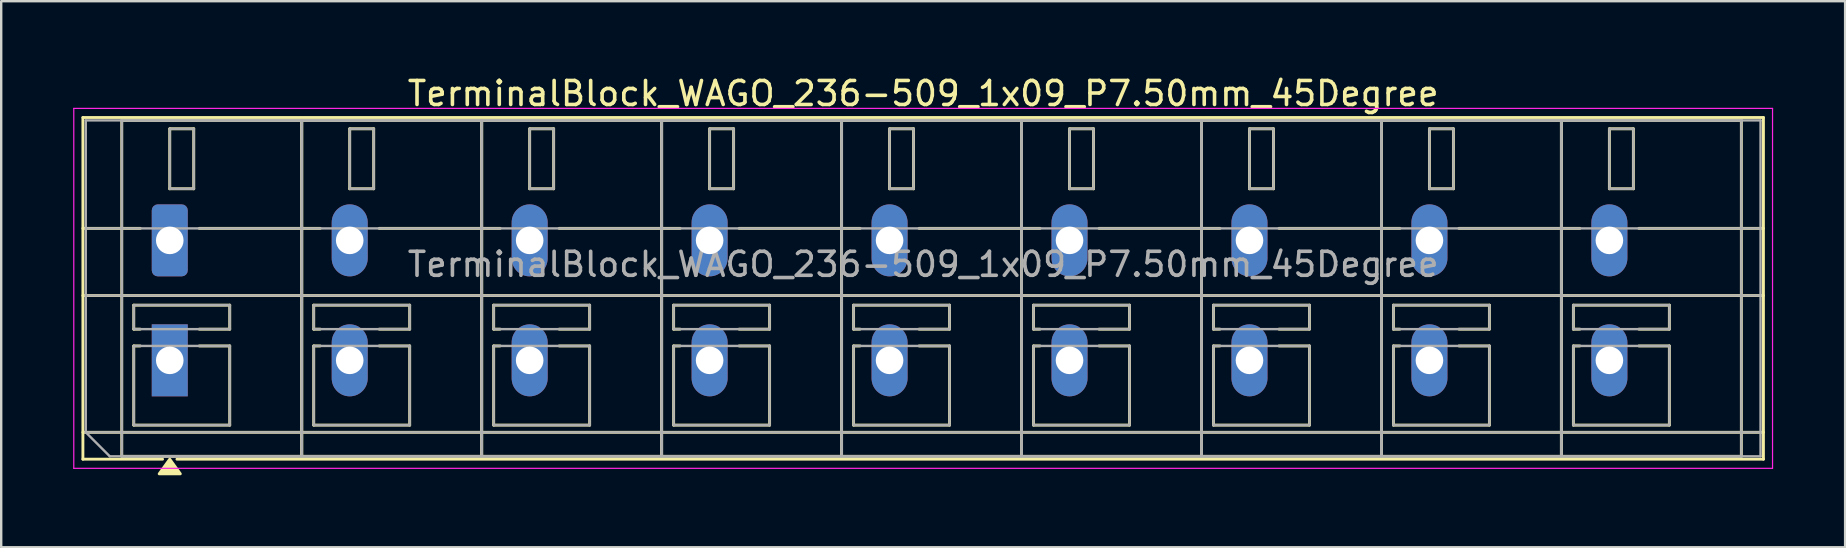
<source format=kicad_pcb>
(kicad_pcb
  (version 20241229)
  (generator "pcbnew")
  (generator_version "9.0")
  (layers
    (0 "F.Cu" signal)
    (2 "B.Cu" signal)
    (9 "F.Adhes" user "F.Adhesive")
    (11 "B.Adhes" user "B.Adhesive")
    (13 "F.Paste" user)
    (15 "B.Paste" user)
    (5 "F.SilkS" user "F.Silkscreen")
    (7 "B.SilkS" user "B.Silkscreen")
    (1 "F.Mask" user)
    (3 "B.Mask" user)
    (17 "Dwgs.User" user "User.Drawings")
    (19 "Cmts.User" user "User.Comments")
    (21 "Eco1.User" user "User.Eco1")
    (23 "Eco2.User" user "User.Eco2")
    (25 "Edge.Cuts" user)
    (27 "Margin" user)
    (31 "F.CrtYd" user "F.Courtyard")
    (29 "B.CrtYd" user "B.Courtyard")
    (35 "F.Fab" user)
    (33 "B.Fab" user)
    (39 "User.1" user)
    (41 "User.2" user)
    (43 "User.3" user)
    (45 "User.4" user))
  (footprint "TerminalBlock_WAGO_236-509_1x09_P7.50mm_45Degree"
    (layer "F.Cu")
    (at 4.025 6.968)
    (property "Reference" "TerminalBlock_WAGO_236-509_1x09_P7.50mm_45Degree" (at 31.4 -6.12 0) (layer "F.SilkS") (effects (font (size 1 1) (thickness 0.15))))
    (attr through_hole)
    (fp_line (start -3.62 -5.12) (end 66.42 -5.12) (stroke (width 0.12) (type solid)) (layer "F.SilkS"))
    (fp_line (start -3.62 -0.5) (end -1.23 -0.5) (stroke (width 0.12) (type solid)) (layer "F.SilkS"))
    (fp_line (start -3.62 2.3) (end 66.42 2.3) (stroke (width 0.12) (type solid)) (layer "F.SilkS"))
    (fp_line (start -3.62 8) (end 66.42 8) (stroke (width 0.12) (type solid)) (layer "F.SilkS"))
    (fp_line (start -3.62 9.12) (end -3.62 -5.12) (stroke (width 0.12) (type solid)) (layer "F.SilkS"))
    (fp_line (start -2 -5) (end 5.5 -5) (stroke (width 0.12) (type solid)) (layer "F.SilkS"))
    (fp_line (start -2 9) (end -2 -5) (stroke (width 0.12) (type solid)) (layer "F.SilkS"))
    (fp_line (start -1.5 2.7) (end 2.5 2.7) (stroke (width 0.12) (type solid)) (layer "F.SilkS"))
    (fp_line (start -1.5 3.7) (end -1.5 2.7) (stroke (width 0.12) (type solid)) (layer "F.SilkS"))
    (fp_line (start -1.5 4.4) (end -1.23 4.4) (stroke (width 0.12) (type solid)) (layer "F.SilkS"))
    (fp_line (start -1.5 7.7) (end -1.5 4.4) (stroke (width 0.12) (type solid)) (layer "F.SilkS"))
    (fp_line (start -1.23 3.7) (end -1.5 3.7) (stroke (width 0.12) (type solid)) (layer "F.SilkS"))
    (fp_line (start -0.3 9.12) (end -3.62 9.12) (stroke (width 0.12) (type solid)) (layer "F.SilkS"))
    (fp_line (start 0 -4.65) (end 1 -4.65) (stroke (width 0.12) (type solid)) (layer "F.SilkS"))
    (fp_line (start 0 -2.15) (end 0 -4.65) (stroke (width 0.12) (type solid)) (layer "F.SilkS"))
    (fp_line (start 1 -4.65) (end 1 -2.15) (stroke (width 0.12) (type solid)) (layer "F.SilkS"))
    (fp_line (start 1 -2.15) (end 0 -2.15) (stroke (width 0.12) (type solid)) (layer "F.SilkS"))
    (fp_line (start 1.23 -0.5) (end 6.27 -0.5) (stroke (width 0.12) (type solid)) (layer "F.SilkS"))
    (fp_line (start 1.23 4.4) (end 2.5 4.4) (stroke (width 0.12) (type solid)) (layer "F.SilkS"))
    (fp_line (start 2.5 2.7) (end 2.5 3.7) (stroke (width 0.12) (type solid)) (layer "F.SilkS"))
    (fp_line (start 2.5 3.7) (end 1.23 3.7) (stroke (width 0.12) (type solid)) (layer "F.SilkS"))
    (fp_line (start 2.5 4.4) (end 2.5 7.7) (stroke (width 0.12) (type solid)) (layer "F.SilkS"))
    (fp_line (start 2.5 7.7) (end -1.5 7.7) (stroke (width 0.12) (type solid)) (layer "F.SilkS"))
    (fp_line (start 5.5 -5) (end 5.5 9) (stroke (width 0.12) (type solid)) (layer "F.SilkS"))
    (fp_line (start 5.5 -5) (end 13 -5) (stroke (width 0.12) (type solid)) (layer "F.SilkS"))
    (fp_line (start 5.5 9) (end -2 9) (stroke (width 0.12) (type solid)) (layer "F.SilkS"))
    (fp_line (start 5.5 9) (end 5.5 -5) (stroke (width 0.12) (type solid)) (layer "F.SilkS"))
    (fp_line (start 6 2.7) (end 10 2.7) (stroke (width 0.12) (type solid)) (layer "F.SilkS"))
    (fp_line (start 6 3.7) (end 6 2.7) (stroke (width 0.12) (type solid)) (layer "F.SilkS"))
    (fp_line (start 6 4.4) (end 6.27 4.4) (stroke (width 0.12) (type solid)) (layer "F.SilkS"))
    (fp_line (start 6 7.7) (end 6 4.4) (stroke (width 0.12) (type solid)) (layer "F.SilkS"))
    (fp_line (start 6.27 3.7) (end 6 3.7) (stroke (width 0.12) (type solid)) (layer "F.SilkS"))
    (fp_line (start 7.5 -4.65) (end 8.5 -4.65) (stroke (width 0.12) (type solid)) (layer "F.SilkS"))
    (fp_line (start 7.5 -2.15) (end 7.5 -4.65) (stroke (width 0.12) (type solid)) (layer "F.SilkS"))
    (fp_line (start 8.5 -4.65) (end 8.5 -2.15) (stroke (width 0.12) (type solid)) (layer "F.SilkS"))
    (fp_line (start 8.5 -2.15) (end 7.5 -2.15) (stroke (width 0.12) (type solid)) (layer "F.SilkS"))
    (fp_line (start 8.73 -0.5) (end 13.77 -0.5) (stroke (width 0.12) (type solid)) (layer "F.SilkS"))
    (fp_line (start 8.73 4.4) (end 10 4.4) (stroke (width 0.12) (type solid)) (layer "F.SilkS"))
    (fp_line (start 10 2.7) (end 10 3.7) (stroke (width 0.12) (type solid)) (layer "F.SilkS"))
    (fp_line (start 10 3.7) (end 8.73 3.7) (stroke (width 0.12) (type solid)) (layer "F.SilkS"))
    (fp_line (start 10 4.4) (end 10 7.7) (stroke (width 0.12) (type solid)) (layer "F.SilkS"))
    (fp_line (start 10 7.7) (end 6 7.7) (stroke (width 0.12) (type solid)) (layer "F.SilkS"))
    (fp_line (start 13 -5) (end 13 9) (stroke (width 0.12) (type solid)) (layer "F.SilkS"))
    (fp_line (start 13 -5) (end 20.5 -5) (stroke (width 0.12) (type solid)) (layer "F.SilkS"))
    (fp_line (start 13 9) (end 5.5 9) (stroke (width 0.12) (type solid)) (layer "F.SilkS"))
    (fp_line (start 13 9) (end 13 -5) (stroke (width 0.12) (type solid)) (layer "F.SilkS"))
    (fp_line (start 13.5 2.7) (end 17.5 2.7) (stroke (width 0.12) (type solid)) (layer "F.SilkS"))
    (fp_line (start 13.5 3.7) (end 13.5 2.7) (stroke (width 0.12) (type solid)) (layer "F.SilkS"))
    (fp_line (start 13.5 4.4) (end 13.77 4.4) (stroke (width 0.12) (type solid)) (layer "F.SilkS"))
    (fp_line (start 13.5 7.7) (end 13.5 4.4) (stroke (width 0.12) (type solid)) (layer "F.SilkS"))
    (fp_line (start 13.77 3.7) (end 13.5 3.7) (stroke (width 0.12) (type solid)) (layer "F.SilkS"))
    (fp_line (start 15 -4.65) (end 16 -4.65) (stroke (width 0.12) (type solid)) (layer "F.SilkS"))
    (fp_line (start 15 -2.15) (end 15 -4.65) (stroke (width 0.12) (type solid)) (layer "F.SilkS"))
    (fp_line (start 16 -4.65) (end 16 -2.15) (stroke (width 0.12) (type solid)) (layer "F.SilkS"))
    (fp_line (start 16 -2.15) (end 15 -2.15) (stroke (width 0.12) (type solid)) (layer "F.SilkS"))
    (fp_line (start 16.23 -0.5) (end 21.27 -0.5) (stroke (width 0.12) (type solid)) (layer "F.SilkS"))
    (fp_line (start 16.23 4.4) (end 17.5 4.4) (stroke (width 0.12) (type solid)) (layer "F.SilkS"))
    (fp_line (start 17.5 2.7) (end 17.5 3.7) (stroke (width 0.12) (type solid)) (layer "F.SilkS"))
    (fp_line (start 17.5 3.7) (end 16.23 3.7) (stroke (width 0.12) (type solid)) (layer "F.SilkS"))
    (fp_line (start 17.5 4.4) (end 17.5 7.7) (stroke (width 0.12) (type solid)) (layer "F.SilkS"))
    (fp_line (start 17.5 7.7) (end 13.5 7.7) (stroke (width 0.12) (type solid)) (layer "F.SilkS"))
    (fp_line (start 20.5 -5) (end 20.5 9) (stroke (width 0.12) (type solid)) (layer "F.SilkS"))
    (fp_line (start 20.5 -5) (end 28 -5) (stroke (width 0.12) (type solid)) (layer "F.SilkS"))
    (fp_line (start 20.5 9) (end 13 9) (stroke (width 0.12) (type solid)) (layer "F.SilkS"))
    (fp_line (start 20.5 9) (end 20.5 -5) (stroke (width 0.12) (type solid)) (layer "F.SilkS"))
    (fp_line (start 21 2.7) (end 25 2.7) (stroke (width 0.12) (type solid)) (layer "F.SilkS"))
    (fp_line (start 21 3.7) (end 21 2.7) (stroke (width 0.12) (type solid)) (layer "F.SilkS"))
    (fp_line (start 21 4.4) (end 21.27 4.4) (stroke (width 0.12) (type solid)) (layer "F.SilkS"))
    (fp_line (start 21 7.7) (end 21 4.4) (stroke (width 0.12) (type solid)) (layer "F.SilkS"))
    (fp_line (start 21.27 3.7) (end 21 3.7) (stroke (width 0.12) (type solid)) (layer "F.SilkS"))
    (fp_line (start 22.5 -4.65) (end 23.5 -4.65) (stroke (width 0.12) (type solid)) (layer "F.SilkS"))
    (fp_line (start 22.5 -2.15) (end 22.5 -4.65) (stroke (width 0.12) (type solid)) (layer "F.SilkS"))
    (fp_line (start 23.5 -4.65) (end 23.5 -2.15) (stroke (width 0.12) (type solid)) (layer "F.SilkS"))
    (fp_line (start 23.5 -2.15) (end 22.5 -2.15) (stroke (width 0.12) (type solid)) (layer "F.SilkS"))
    (fp_line (start 23.73 -0.5) (end 28.77 -0.5) (stroke (width 0.12) (type solid)) (layer "F.SilkS"))
    (fp_line (start 23.73 4.4) (end 25 4.4) (stroke (width 0.12) (type solid)) (layer "F.SilkS"))
    (fp_line (start 25 2.7) (end 25 3.7) (stroke (width 0.12) (type solid)) (layer "F.SilkS"))
    (fp_line (start 25 3.7) (end 23.73 3.7) (stroke (width 0.12) (type solid)) (layer "F.SilkS"))
    (fp_line (start 25 4.4) (end 25 7.7) (stroke (width 0.12) (type solid)) (layer "F.SilkS"))
    (fp_line (start 25 7.7) (end 21 7.7) (stroke (width 0.12) (type solid)) (layer "F.SilkS"))
    (fp_line (start 28 -5) (end 28 9) (stroke (width 0.12) (type solid)) (layer "F.SilkS"))
    (fp_line (start 28 -5) (end 35.5 -5) (stroke (width 0.12) (type solid)) (layer "F.SilkS"))
    (fp_line (start 28 9) (end 20.5 9) (stroke (width 0.12) (type solid)) (layer "F.SilkS"))
    (fp_line (start 28 9) (end 28 -5) (stroke (width 0.12) (type solid)) (layer "F.SilkS"))
    (fp_line (start 28.5 2.7) (end 32.5 2.7) (stroke (width 0.12) (type solid)) (layer "F.SilkS"))
    (fp_line (start 28.5 3.7) (end 28.5 2.7) (stroke (width 0.12) (type solid)) (layer "F.SilkS"))
    (fp_line (start 28.5 4.4) (end 28.77 4.4) (stroke (width 0.12) (type solid)) (layer "F.SilkS"))
    (fp_line (start 28.5 7.7) (end 28.5 4.4) (stroke (width 0.12) (type solid)) (layer "F.SilkS"))
    (fp_line (start 28.77 3.7) (end 28.5 3.7) (stroke (width 0.12) (type solid)) (layer "F.SilkS"))
    (fp_line (start 30 -4.65) (end 31 -4.65) (stroke (width 0.12) (type solid)) (layer "F.SilkS"))
    (fp_line (start 30 -2.15) (end 30 -4.65) (stroke (width 0.12) (type solid)) (layer "F.SilkS"))
    (fp_line (start 31 -4.65) (end 31 -2.15) (stroke (width 0.12) (type solid)) (layer "F.SilkS"))
    (fp_line (start 31 -2.15) (end 30 -2.15) (stroke (width 0.12) (type solid)) (layer "F.SilkS"))
    (fp_line (start 31.23 -0.5) (end 36.27 -0.5) (stroke (width 0.12) (type solid)) (layer "F.SilkS"))
    (fp_line (start 31.23 4.4) (end 32.5 4.4) (stroke (width 0.12) (type solid)) (layer "F.SilkS"))
    (fp_line (start 32.5 2.7) (end 32.5 3.7) (stroke (width 0.12) (type solid)) (layer "F.SilkS"))
    (fp_line (start 32.5 3.7) (end 31.23 3.7) (stroke (width 0.12) (type solid)) (layer "F.SilkS"))
    (fp_line (start 32.5 4.4) (end 32.5 7.7) (stroke (width 0.12) (type solid)) (layer "F.SilkS"))
    (fp_line (start 32.5 7.7) (end 28.5 7.7) (stroke (width 0.12) (type solid)) (layer "F.SilkS"))
    (fp_line (start 35.5 -5) (end 35.5 9) (stroke (width 0.12) (type solid)) (layer "F.SilkS"))
    (fp_line (start 35.5 -5) (end 43 -5) (stroke (width 0.12) (type solid)) (layer "F.SilkS"))
    (fp_line (start 35.5 9) (end 28 9) (stroke (width 0.12) (type solid)) (layer "F.SilkS"))
    (fp_line (start 35.5 9) (end 35.5 -5) (stroke (width 0.12) (type solid)) (layer "F.SilkS"))
    (fp_line (start 36 2.7) (end 40 2.7) (stroke (width 0.12) (type solid)) (layer "F.SilkS"))
    (fp_line (start 36 3.7) (end 36 2.7) (stroke (width 0.12) (type solid)) (layer "F.SilkS"))
    (fp_line (start 36 4.4) (end 36.27 4.4) (stroke (width 0.12) (type solid)) (layer "F.SilkS"))
    (fp_line (start 36 7.7) (end 36 4.4) (stroke (width 0.12) (type solid)) (layer "F.SilkS"))
    (fp_line (start 36.27 3.7) (end 36 3.7) (stroke (width 0.12) (type solid)) (layer "F.SilkS"))
    (fp_line (start 37.5 -4.65) (end 38.5 -4.65) (stroke (width 0.12) (type solid)) (layer "F.SilkS"))
    (fp_line (start 37.5 -2.15) (end 37.5 -4.65) (stroke (width 0.12) (type solid)) (layer "F.SilkS"))
    (fp_line (start 38.5 -4.65) (end 38.5 -2.15) (stroke (width 0.12) (type solid)) (layer "F.SilkS"))
    (fp_line (start 38.5 -2.15) (end 37.5 -2.15) (stroke (width 0.12) (type solid)) (layer "F.SilkS"))
    (fp_line (start 38.73 -0.5) (end 43.77 -0.5) (stroke (width 0.12) (type solid)) (layer "F.SilkS"))
    (fp_line (start 38.73 4.4) (end 40 4.4) (stroke (width 0.12) (type solid)) (layer "F.SilkS"))
    (fp_line (start 40 2.7) (end 40 3.7) (stroke (width 0.12) (type solid)) (layer "F.SilkS"))
    (fp_line (start 40 3.7) (end 38.73 3.7) (stroke (width 0.12) (type solid)) (layer "F.SilkS"))
    (fp_line (start 40 4.4) (end 40 7.7) (stroke (width 0.12) (type solid)) (layer "F.SilkS"))
    (fp_line (start 40 7.7) (end 36 7.7) (stroke (width 0.12) (type solid)) (layer "F.SilkS"))
    (fp_line (start 43 -5) (end 43 9) (stroke (width 0.12) (type solid)) (layer "F.SilkS"))
    (fp_line (start 43 -5) (end 50.5 -5) (stroke (width 0.12) (type solid)) (layer "F.SilkS"))
    (fp_line (start 43 9) (end 35.5 9) (stroke (width 0.12) (type solid)) (layer "F.SilkS"))
    (fp_line (start 43 9) (end 43 -5) (stroke (width 0.12) (type solid)) (layer "F.SilkS"))
    (fp_line (start 43.5 2.7) (end 47.5 2.7) (stroke (width 0.12) (type solid)) (layer "F.SilkS"))
    (fp_line (start 43.5 3.7) (end 43.5 2.7) (stroke (width 0.12) (type solid)) (layer "F.SilkS"))
    (fp_line (start 43.5 4.4) (end 43.77 4.4) (stroke (width 0.12) (type solid)) (layer "F.SilkS"))
    (fp_line (start 43.5 7.7) (end 43.5 4.4) (stroke (width 0.12) (type solid)) (layer "F.SilkS"))
    (fp_line (start 43.77 3.7) (end 43.5 3.7) (stroke (width 0.12) (type solid)) (layer "F.SilkS"))
    (fp_line (start 45 -4.65) (end 46 -4.65) (stroke (width 0.12) (type solid)) (layer "F.SilkS"))
    (fp_line (start 45 -2.15) (end 45 -4.65) (stroke (width 0.12) (type solid)) (layer "F.SilkS"))
    (fp_line (start 46 -4.65) (end 46 -2.15) (stroke (width 0.12) (type solid)) (layer "F.SilkS"))
    (fp_line (start 46 -2.15) (end 45 -2.15) (stroke (width 0.12) (type solid)) (layer "F.SilkS"))
    (fp_line (start 46.23 -0.5) (end 51.27 -0.5) (stroke (width 0.12) (type solid)) (layer "F.SilkS"))
    (fp_line (start 46.23 4.4) (end 47.5 4.4) (stroke (width 0.12) (type solid)) (layer "F.SilkS"))
    (fp_line (start 47.5 2.7) (end 47.5 3.7) (stroke (width 0.12) (type solid)) (layer "F.SilkS"))
    (fp_line (start 47.5 3.7) (end 46.23 3.7) (stroke (width 0.12) (type solid)) (layer "F.SilkS"))
    (fp_line (start 47.5 4.4) (end 47.5 7.7) (stroke (width 0.12) (type solid)) (layer "F.SilkS"))
    (fp_line (start 47.5 7.7) (end 43.5 7.7) (stroke (width 0.12) (type solid)) (layer "F.SilkS"))
    (fp_line (start 50.5 -5) (end 50.5 9) (stroke (width 0.12) (type solid)) (layer "F.SilkS"))
    (fp_line (start 50.5 -5) (end 58 -5) (stroke (width 0.12) (type solid)) (layer "F.SilkS"))
    (fp_line (start 50.5 9) (end 43 9) (stroke (width 0.12) (type solid)) (layer "F.SilkS"))
    (fp_line (start 50.5 9) (end 50.5 -5) (stroke (width 0.12) (type solid)) (layer "F.SilkS"))
    (fp_line (start 51 2.7) (end 55 2.7) (stroke (width 0.12) (type solid)) (layer "F.SilkS"))
    (fp_line (start 51 3.7) (end 51 2.7) (stroke (width 0.12) (type solid)) (layer "F.SilkS"))
    (fp_line (start 51 4.4) (end 51.27 4.4) (stroke (width 0.12) (type solid)) (layer "F.SilkS"))
    (fp_line (start 51 7.7) (end 51 4.4) (stroke (width 0.12) (type solid)) (layer "F.SilkS"))
    (fp_line (start 51.27 3.7) (end 51 3.7) (stroke (width 0.12) (type solid)) (layer "F.SilkS"))
    (fp_line (start 52.5 -4.65) (end 53.5 -4.65) (stroke (width 0.12) (type solid)) (layer "F.SilkS"))
    (fp_line (start 52.5 -2.15) (end 52.5 -4.65) (stroke (width 0.12) (type solid)) (layer "F.SilkS"))
    (fp_line (start 53.5 -4.65) (end 53.5 -2.15) (stroke (width 0.12) (type solid)) (layer "F.SilkS"))
    (fp_line (start 53.5 -2.15) (end 52.5 -2.15) (stroke (width 0.12) (type solid)) (layer "F.SilkS"))
    (fp_line (start 53.73 -0.5) (end 58.77 -0.5) (stroke (width 0.12) (type solid)) (layer "F.SilkS"))
    (fp_line (start 53.73 4.4) (end 55 4.4) (stroke (width 0.12) (type solid)) (layer "F.SilkS"))
    (fp_line (start 55 2.7) (end 55 3.7) (stroke (width 0.12) (type solid)) (layer "F.SilkS"))
    (fp_line (start 55 3.7) (end 53.73 3.7) (stroke (width 0.12) (type solid)) (layer "F.SilkS"))
    (fp_line (start 55 4.4) (end 55 7.7) (stroke (width 0.12) (type solid)) (layer "F.SilkS"))
    (fp_line (start 55 7.7) (end 51 7.7) (stroke (width 0.12) (type solid)) (layer "F.SilkS"))
    (fp_line (start 58 -5) (end 58 9) (stroke (width 0.12) (type solid)) (layer "F.SilkS"))
    (fp_line (start 58 -5) (end 65.5 -5) (stroke (width 0.12) (type solid)) (layer "F.SilkS"))
    (fp_line (start 58 9) (end 50.5 9) (stroke (width 0.12) (type solid)) (layer "F.SilkS"))
    (fp_line (start 58 9) (end 58 -5) (stroke (width 0.12) (type solid)) (layer "F.SilkS"))
    (fp_line (start 58.5 2.7) (end 62.5 2.7) (stroke (width 0.12) (type solid)) (layer "F.SilkS"))
    (fp_line (start 58.5 3.7) (end 58.5 2.7) (stroke (width 0.12) (type solid)) (layer "F.SilkS"))
    (fp_line (start 58.5 4.4) (end 58.77 4.4) (stroke (width 0.12) (type solid)) (layer "F.SilkS"))
    (fp_line (start 58.5 7.7) (end 58.5 4.4) (stroke (width 0.12) (type solid)) (layer "F.SilkS"))
    (fp_line (start 58.77 3.7) (end 58.5 3.7) (stroke (width 0.12) (type solid)) (layer "F.SilkS"))
    (fp_line (start 60 -4.65) (end 61 -4.65) (stroke (width 0.12) (type solid)) (layer "F.SilkS"))
    (fp_line (start 60 -2.15) (end 60 -4.65) (stroke (width 0.12) (type solid)) (layer "F.SilkS"))
    (fp_line (start 61 -4.65) (end 61 -2.15) (stroke (width 0.12) (type solid)) (layer "F.SilkS"))
    (fp_line (start 61 -2.15) (end 60 -2.15) (stroke (width 0.12) (type solid)) (layer "F.SilkS"))
    (fp_line (start 61.23 -0.5) (end 66.42 -0.5) (stroke (width 0.12) (type solid)) (layer "F.SilkS"))
    (fp_line (start 61.23 4.4) (end 62.5 4.4) (stroke (width 0.12) (type solid)) (layer "F.SilkS"))
    (fp_line (start 62.5 2.7) (end 62.5 3.7) (stroke (width 0.12) (type solid)) (layer "F.SilkS"))
    (fp_line (start 62.5 3.7) (end 61.23 3.7) (stroke (width 0.12) (type solid)) (layer "F.SilkS"))
    (fp_line (start 62.5 4.4) (end 62.5 7.7) (stroke (width 0.12) (type solid)) (layer "F.SilkS"))
    (fp_line (start 62.5 7.7) (end 58.5 7.7) (stroke (width 0.12) (type solid)) (layer "F.SilkS"))
    (fp_line (start 65.5 -5) (end 65.5 9) (stroke (width 0.12) (type solid)) (layer "F.SilkS"))
    (fp_line (start 65.5 9) (end 58 9) (stroke (width 0.12) (type solid)) (layer "F.SilkS"))
    (fp_line (start 66.42 -5.12) (end 66.42 9.12) (stroke (width 0.12) (type solid)) (layer "F.SilkS"))
    (fp_line (start 66.42 9.12) (end 0.3 9.12) (stroke (width 0.12) (type solid)) (layer "F.SilkS"))
    (fp_poly (pts (xy 0 9.12) (xy 0.44 9.73) (xy -0.44 9.73)) (stroke (width 0.12) (type solid)) (fill yes) (layer "F.SilkS"))
    (fp_line (start -4 -5.5) (end -4 9.5) (stroke (width 0.05) (type solid)) (layer "F.CrtYd"))
    (fp_line (start -4 9.5) (end 66.8 9.5) (stroke (width 0.05) (type solid)) (layer "F.CrtYd"))
    (fp_line (start 66.8 -5.5) (end -4 -5.5) (stroke (width 0.05) (type solid)) (layer "F.CrtYd"))
    (fp_line (start 66.8 9.5) (end 66.8 -5.5) (stroke (width 0.05) (type solid)) (layer "F.CrtYd"))
    (fp_line (start -3.5 -5) (end 66.3 -5) (stroke (width 0.1) (type solid)) (layer "F.Fab"))
    (fp_line (start -3.5 -0.5) (end 66.3 -0.5) (stroke (width 0.1) (type solid)) (layer "F.Fab"))
    (fp_line (start -3.5 2.3) (end 66.3 2.3) (stroke (width 0.1) (type solid)) (layer "F.Fab"))
    (fp_line (start -3.5 8) (end -3.5 -5) (stroke (width 0.1) (type solid)) (layer "F.Fab"))
    (fp_line (start -3.5 8) (end 66.3 8) (stroke (width 0.1) (type solid)) (layer "F.Fab"))
    (fp_line (start -2.5 9) (end -3.5 8) (stroke (width 0.1) (type solid)) (layer "F.Fab"))
    (fp_line (start -2 -5) (end -2 9) (stroke (width 0.1) (type solid)) (layer "F.Fab"))
    (fp_line (start -2 9) (end 5.5 9) (stroke (width 0.1) (type solid)) (layer "F.Fab"))
    (fp_line (start -1.5 2.7) (end -1.5 3.7) (stroke (width 0.1) (type solid)) (layer "F.Fab"))
    (fp_line (start -1.5 3.7) (end 2.5 3.7) (stroke (width 0.1) (type solid)) (layer "F.Fab"))
    (fp_line (start -1.5 4.4) (end -1.5 7.7) (stroke (width 0.1) (type solid)) (layer "F.Fab"))
    (fp_line (start -1.5 7.7) (end 2.5 7.7) (stroke (width 0.1) (type solid)) (layer "F.Fab"))
    (fp_line (start 0 -4.65) (end 0 -2.15) (stroke (width 0.1) (type solid)) (layer "F.Fab"))
    (fp_line (start 0 -2.15) (end 1 -2.15) (stroke (width 0.1) (type solid)) (layer "F.Fab"))
    (fp_line (start 1 -4.65) (end 0 -4.65) (stroke (width 0.1) (type solid)) (layer "F.Fab"))
    (fp_line (start 1 -2.15) (end 1 -4.65) (stroke (width 0.1) (type solid)) (layer "F.Fab"))
    (fp_line (start 2.5 2.7) (end -1.5 2.7) (stroke (width 0.1) (type solid)) (layer "F.Fab"))
    (fp_line (start 2.5 3.7) (end 2.5 2.7) (stroke (width 0.1) (type solid)) (layer "F.Fab"))
    (fp_line (start 2.5 4.4) (end -1.5 4.4) (stroke (width 0.1) (type solid)) (layer "F.Fab"))
    (fp_line (start 2.5 7.7) (end 2.5 4.4) (stroke (width 0.1) (type solid)) (layer "F.Fab"))
    (fp_line (start 5.5 -5) (end -2 -5) (stroke (width 0.1) (type solid)) (layer "F.Fab"))
    (fp_line (start 5.5 -5) (end 5.5 9) (stroke (width 0.1) (type solid)) (layer "F.Fab"))
    (fp_line (start 5.5 9) (end 5.5 -5) (stroke (width 0.1) (type solid)) (layer "F.Fab"))
    (fp_line (start 5.5 9) (end 13 9) (stroke (width 0.1) (type solid)) (layer "F.Fab"))
    (fp_line (start 6 2.7) (end 6 3.7) (stroke (width 0.1) (type solid)) (layer "F.Fab"))
    (fp_line (start 6 3.7) (end 10 3.7) (stroke (width 0.1) (type solid)) (layer "F.Fab"))
    (fp_line (start 6 4.4) (end 6 7.7) (stroke (width 0.1) (type solid)) (layer "F.Fab"))
    (fp_line (start 6 7.7) (end 10 7.7) (stroke (width 0.1) (type solid)) (layer "F.Fab"))
    (fp_line (start 7.5 -4.65) (end 7.5 -2.15) (stroke (width 0.1) (type solid)) (layer "F.Fab"))
    (fp_line (start 7.5 -2.15) (end 8.5 -2.15) (stroke (width 0.1) (type solid)) (layer "F.Fab"))
    (fp_line (start 8.5 -4.65) (end 7.5 -4.65) (stroke (width 0.1) (type solid)) (layer "F.Fab"))
    (fp_line (start 8.5 -2.15) (end 8.5 -4.65) (stroke (width 0.1) (type solid)) (layer "F.Fab"))
    (fp_line (start 10 2.7) (end 6 2.7) (stroke (width 0.1) (type solid)) (layer "F.Fab"))
    (fp_line (start 10 3.7) (end 10 2.7) (stroke (width 0.1) (type solid)) (layer "F.Fab"))
    (fp_line (start 10 4.4) (end 6 4.4) (stroke (width 0.1) (type solid)) (layer "F.Fab"))
    (fp_line (start 10 7.7) (end 10 4.4) (stroke (width 0.1) (type solid)) (layer "F.Fab"))
    (fp_line (start 13 -5) (end 5.5 -5) (stroke (width 0.1) (type solid)) (layer "F.Fab"))
    (fp_line (start 13 -5) (end 13 9) (stroke (width 0.1) (type solid)) (layer "F.Fab"))
    (fp_line (start 13 9) (end 13 -5) (stroke (width 0.1) (type solid)) (layer "F.Fab"))
    (fp_line (start 13 9) (end 20.5 9) (stroke (width 0.1) (type solid)) (layer "F.Fab"))
    (fp_line (start 13.5 2.7) (end 13.5 3.7) (stroke (width 0.1) (type solid)) (layer "F.Fab"))
    (fp_line (start 13.5 3.7) (end 17.5 3.7) (stroke (width 0.1) (type solid)) (layer "F.Fab"))
    (fp_line (start 13.5 4.4) (end 13.5 7.7) (stroke (width 0.1) (type solid)) (layer "F.Fab"))
    (fp_line (start 13.5 7.7) (end 17.5 7.7) (stroke (width 0.1) (type solid)) (layer "F.Fab"))
    (fp_line (start 15 -4.65) (end 15 -2.15) (stroke (width 0.1) (type solid)) (layer "F.Fab"))
    (fp_line (start 15 -2.15) (end 16 -2.15) (stroke (width 0.1) (type solid)) (layer "F.Fab"))
    (fp_line (start 16 -4.65) (end 15 -4.65) (stroke (width 0.1) (type solid)) (layer "F.Fab"))
    (fp_line (start 16 -2.15) (end 16 -4.65) (stroke (width 0.1) (type solid)) (layer "F.Fab"))
    (fp_line (start 17.5 2.7) (end 13.5 2.7) (stroke (width 0.1) (type solid)) (layer "F.Fab"))
    (fp_line (start 17.5 3.7) (end 17.5 2.7) (stroke (width 0.1) (type solid)) (layer "F.Fab"))
    (fp_line (start 17.5 4.4) (end 13.5 4.4) (stroke (width 0.1) (type solid)) (layer "F.Fab"))
    (fp_line (start 17.5 7.7) (end 17.5 4.4) (stroke (width 0.1) (type solid)) (layer "F.Fab"))
    (fp_line (start 20.5 -5) (end 13 -5) (stroke (width 0.1) (type solid)) (layer "F.Fab"))
    (fp_line (start 20.5 -5) (end 20.5 9) (stroke (width 0.1) (type solid)) (layer "F.Fab"))
    (fp_line (start 20.5 9) (end 20.5 -5) (stroke (width 0.1) (type solid)) (layer "F.Fab"))
    (fp_line (start 20.5 9) (end 28 9) (stroke (width 0.1) (type solid)) (layer "F.Fab"))
    (fp_line (start 21 2.7) (end 21 3.7) (stroke (width 0.1) (type solid)) (layer "F.Fab"))
    (fp_line (start 21 3.7) (end 25 3.7) (stroke (width 0.1) (type solid)) (layer "F.Fab"))
    (fp_line (start 21 4.4) (end 21 7.7) (stroke (width 0.1) (type solid)) (layer "F.Fab"))
    (fp_line (start 21 7.7) (end 25 7.7) (stroke (width 0.1) (type solid)) (layer "F.Fab"))
    (fp_line (start 22.5 -4.65) (end 22.5 -2.15) (stroke (width 0.1) (type solid)) (layer "F.Fab"))
    (fp_line (start 22.5 -2.15) (end 23.5 -2.15) (stroke (width 0.1) (type solid)) (layer "F.Fab"))
    (fp_line (start 23.5 -4.65) (end 22.5 -4.65) (stroke (width 0.1) (type solid)) (layer "F.Fab"))
    (fp_line (start 23.5 -2.15) (end 23.5 -4.65) (stroke (width 0.1) (type solid)) (layer "F.Fab"))
    (fp_line (start 25 2.7) (end 21 2.7) (stroke (width 0.1) (type solid)) (layer "F.Fab"))
    (fp_line (start 25 3.7) (end 25 2.7) (stroke (width 0.1) (type solid)) (layer "F.Fab"))
    (fp_line (start 25 4.4) (end 21 4.4) (stroke (width 0.1) (type solid)) (layer "F.Fab"))
    (fp_line (start 25 7.7) (end 25 4.4) (stroke (width 0.1) (type solid)) (layer "F.Fab"))
    (fp_line (start 28 -5) (end 20.5 -5) (stroke (width 0.1) (type solid)) (layer "F.Fab"))
    (fp_line (start 28 -5) (end 28 9) (stroke (width 0.1) (type solid)) (layer "F.Fab"))
    (fp_line (start 28 9) (end 28 -5) (stroke (width 0.1) (type solid)) (layer "F.Fab"))
    (fp_line (start 28 9) (end 35.5 9) (stroke (width 0.1) (type solid)) (layer "F.Fab"))
    (fp_line (start 28.5 2.7) (end 28.5 3.7) (stroke (width 0.1) (type solid)) (layer "F.Fab"))
    (fp_line (start 28.5 3.7) (end 32.5 3.7) (stroke (width 0.1) (type solid)) (layer "F.Fab"))
    (fp_line (start 28.5 4.4) (end 28.5 7.7) (stroke (width 0.1) (type solid)) (layer "F.Fab"))
    (fp_line (start 28.5 7.7) (end 32.5 7.7) (stroke (width 0.1) (type solid)) (layer "F.Fab"))
    (fp_line (start 30 -4.65) (end 30 -2.15) (stroke (width 0.1) (type solid)) (layer "F.Fab"))
    (fp_line (start 30 -2.15) (end 31 -2.15) (stroke (width 0.1) (type solid)) (layer "F.Fab"))
    (fp_line (start 31 -4.65) (end 30 -4.65) (stroke (width 0.1) (type solid)) (layer "F.Fab"))
    (fp_line (start 31 -2.15) (end 31 -4.65) (stroke (width 0.1) (type solid)) (layer "F.Fab"))
    (fp_line (start 32.5 2.7) (end 28.5 2.7) (stroke (width 0.1) (type solid)) (layer "F.Fab"))
    (fp_line (start 32.5 3.7) (end 32.5 2.7) (stroke (width 0.1) (type solid)) (layer "F.Fab"))
    (fp_line (start 32.5 4.4) (end 28.5 4.4) (stroke (width 0.1) (type solid)) (layer "F.Fab"))
    (fp_line (start 32.5 7.7) (end 32.5 4.4) (stroke (width 0.1) (type solid)) (layer "F.Fab"))
    (fp_line (start 35.5 -5) (end 28 -5) (stroke (width 0.1) (type solid)) (layer "F.Fab"))
    (fp_line (start 35.5 -5) (end 35.5 9) (stroke (width 0.1) (type solid)) (layer "F.Fab"))
    (fp_line (start 35.5 9) (end 35.5 -5) (stroke (width 0.1) (type solid)) (layer "F.Fab"))
    (fp_line (start 35.5 9) (end 43 9) (stroke (width 0.1) (type solid)) (layer "F.Fab"))
    (fp_line (start 36 2.7) (end 36 3.7) (stroke (width 0.1) (type solid)) (layer "F.Fab"))
    (fp_line (start 36 3.7) (end 40 3.7) (stroke (width 0.1) (type solid)) (layer "F.Fab"))
    (fp_line (start 36 4.4) (end 36 7.7) (stroke (width 0.1) (type solid)) (layer "F.Fab"))
    (fp_line (start 36 7.7) (end 40 7.7) (stroke (width 0.1) (type solid)) (layer "F.Fab"))
    (fp_line (start 37.5 -4.65) (end 37.5 -2.15) (stroke (width 0.1) (type solid)) (layer "F.Fab"))
    (fp_line (start 37.5 -2.15) (end 38.5 -2.15) (stroke (width 0.1) (type solid)) (layer "F.Fab"))
    (fp_line (start 38.5 -4.65) (end 37.5 -4.65) (stroke (width 0.1) (type solid)) (layer "F.Fab"))
    (fp_line (start 38.5 -2.15) (end 38.5 -4.65) (stroke (width 0.1) (type solid)) (layer "F.Fab"))
    (fp_line (start 40 2.7) (end 36 2.7) (stroke (width 0.1) (type solid)) (layer "F.Fab"))
    (fp_line (start 40 3.7) (end 40 2.7) (stroke (width 0.1) (type solid)) (layer "F.Fab"))
    (fp_line (start 40 4.4) (end 36 4.4) (stroke (width 0.1) (type solid)) (layer "F.Fab"))
    (fp_line (start 40 7.7) (end 40 4.4) (stroke (width 0.1) (type solid)) (layer "F.Fab"))
    (fp_line (start 43 -5) (end 35.5 -5) (stroke (width 0.1) (type solid)) (layer "F.Fab"))
    (fp_line (start 43 -5) (end 43 9) (stroke (width 0.1) (type solid)) (layer "F.Fab"))
    (fp_line (start 43 9) (end 43 -5) (stroke (width 0.1) (type solid)) (layer "F.Fab"))
    (fp_line (start 43 9) (end 50.5 9) (stroke (width 0.1) (type solid)) (layer "F.Fab"))
    (fp_line (start 43.5 2.7) (end 43.5 3.7) (stroke (width 0.1) (type solid)) (layer "F.Fab"))
    (fp_line (start 43.5 3.7) (end 47.5 3.7) (stroke (width 0.1) (type solid)) (layer "F.Fab"))
    (fp_line (start 43.5 4.4) (end 43.5 7.7) (stroke (width 0.1) (type solid)) (layer "F.Fab"))
    (fp_line (start 43.5 7.7) (end 47.5 7.7) (stroke (width 0.1) (type solid)) (layer "F.Fab"))
    (fp_line (start 45 -4.65) (end 45 -2.15) (stroke (width 0.1) (type solid)) (layer "F.Fab"))
    (fp_line (start 45 -2.15) (end 46 -2.15) (stroke (width 0.1) (type solid)) (layer "F.Fab"))
    (fp_line (start 46 -4.65) (end 45 -4.65) (stroke (width 0.1) (type solid)) (layer "F.Fab"))
    (fp_line (start 46 -2.15) (end 46 -4.65) (stroke (width 0.1) (type solid)) (layer "F.Fab"))
    (fp_line (start 47.5 2.7) (end 43.5 2.7) (stroke (width 0.1) (type solid)) (layer "F.Fab"))
    (fp_line (start 47.5 3.7) (end 47.5 2.7) (stroke (width 0.1) (type solid)) (layer "F.Fab"))
    (fp_line (start 47.5 4.4) (end 43.5 4.4) (stroke (width 0.1) (type solid)) (layer "F.Fab"))
    (fp_line (start 47.5 7.7) (end 47.5 4.4) (stroke (width 0.1) (type solid)) (layer "F.Fab"))
    (fp_line (start 50.5 -5) (end 43 -5) (stroke (width 0.1) (type solid)) (layer "F.Fab"))
    (fp_line (start 50.5 -5) (end 50.5 9) (stroke (width 0.1) (type solid)) (layer "F.Fab"))
    (fp_line (start 50.5 9) (end 50.5 -5) (stroke (width 0.1) (type solid)) (layer "F.Fab"))
    (fp_line (start 50.5 9) (end 58 9) (stroke (width 0.1) (type solid)) (layer "F.Fab"))
    (fp_line (start 51 2.7) (end 51 3.7) (stroke (width 0.1) (type solid)) (layer "F.Fab"))
    (fp_line (start 51 3.7) (end 55 3.7) (stroke (width 0.1) (type solid)) (layer "F.Fab"))
    (fp_line (start 51 4.4) (end 51 7.7) (stroke (width 0.1) (type solid)) (layer "F.Fab"))
    (fp_line (start 51 7.7) (end 55 7.7) (stroke (width 0.1) (type solid)) (layer "F.Fab"))
    (fp_line (start 52.5 -4.65) (end 52.5 -2.15) (stroke (width 0.1) (type solid)) (layer "F.Fab"))
    (fp_line (start 52.5 -2.15) (end 53.5 -2.15) (stroke (width 0.1) (type solid)) (layer "F.Fab"))
    (fp_line (start 53.5 -4.65) (end 52.5 -4.65) (stroke (width 0.1) (type solid)) (layer "F.Fab"))
    (fp_line (start 53.5 -2.15) (end 53.5 -4.65) (stroke (width 0.1) (type solid)) (layer "F.Fab"))
    (fp_line (start 55 2.7) (end 51 2.7) (stroke (width 0.1) (type solid)) (layer "F.Fab"))
    (fp_line (start 55 3.7) (end 55 2.7) (stroke (width 0.1) (type solid)) (layer "F.Fab"))
    (fp_line (start 55 4.4) (end 51 4.4) (stroke (width 0.1) (type solid)) (layer "F.Fab"))
    (fp_line (start 55 7.7) (end 55 4.4) (stroke (width 0.1) (type solid)) (layer "F.Fab"))
    (fp_line (start 58 -5) (end 50.5 -5) (stroke (width 0.1) (type solid)) (layer "F.Fab"))
    (fp_line (start 58 -5) (end 58 9) (stroke (width 0.1) (type solid)) (layer "F.Fab"))
    (fp_line (start 58 9) (end 58 -5) (stroke (width 0.1) (type solid)) (layer "F.Fab"))
    (fp_line (start 58 9) (end 65.5 9) (stroke (width 0.1) (type solid)) (layer "F.Fab"))
    (fp_line (start 58.5 2.7) (end 58.5 3.7) (stroke (width 0.1) (type solid)) (layer "F.Fab"))
    (fp_line (start 58.5 3.7) (end 62.5 3.7) (stroke (width 0.1) (type solid)) (layer "F.Fab"))
    (fp_line (start 58.5 4.4) (end 58.5 7.7) (stroke (width 0.1) (type solid)) (layer "F.Fab"))
    (fp_line (start 58.5 7.7) (end 62.5 7.7) (stroke (width 0.1) (type solid)) (layer "F.Fab"))
    (fp_line (start 60 -4.65) (end 60 -2.15) (stroke (width 0.1) (type solid)) (layer "F.Fab"))
    (fp_line (start 60 -2.15) (end 61 -2.15) (stroke (width 0.1) (type solid)) (layer "F.Fab"))
    (fp_line (start 61 -4.65) (end 60 -4.65) (stroke (width 0.1) (type solid)) (layer "F.Fab"))
    (fp_line (start 61 -2.15) (end 61 -4.65) (stroke (width 0.1) (type solid)) (layer "F.Fab"))
    (fp_line (start 62.5 2.7) (end 58.5 2.7) (stroke (width 0.1) (type solid)) (layer "F.Fab"))
    (fp_line (start 62.5 3.7) (end 62.5 2.7) (stroke (width 0.1) (type solid)) (layer "F.Fab"))
    (fp_line (start 62.5 4.4) (end 58.5 4.4) (stroke (width 0.1) (type solid)) (layer "F.Fab"))
    (fp_line (start 62.5 7.7) (end 62.5 4.4) (stroke (width 0.1) (type solid)) (layer "F.Fab"))
    (fp_line (start 65.5 -5) (end 58 -5) (stroke (width 0.1) (type solid)) (layer "F.Fab"))
    (fp_line (start 65.5 9) (end 65.5 -5) (stroke (width 0.1) (type solid)) (layer "F.Fab"))
    (fp_line (start 66.3 -5) (end 66.3 9) (stroke (width 0.1) (type solid)) (layer "F.Fab"))
    (fp_line (start 66.3 9) (end -2.5 9) (stroke (width 0.1) (type solid)) (layer "F.Fab"))
    (fp_text user "${REFERENCE}" (at 31.4 1 0) (layer "F.Fab") (effects (font (size 1 1) (thickness 0.15))))
    (pad "1" thru_hole roundrect (at 0 0) (size 1.5 3) (drill 1.15) (layers "*.Cu" "*.Mask") (roundrect_rratio 0.167))
    (pad "1" thru_hole rect (at 0 5) (size 1.5 3) (drill 1.15) (layers "*.Cu" "*.Mask"))
    (pad "2" thru_hole oval (at 7.5 0) (size 1.5 3) (drill 1.15) (layers "*.Cu" "*.Mask"))
    (pad "2" thru_hole oval (at 7.5 5) (size 1.5 3) (drill 1.15) (layers "*.Cu" "*.Mask"))
    (pad "3" thru_hole oval (at 15 0) (size 1.5 3) (drill 1.15) (layers "*.Cu" "*.Mask"))
    (pad "3" thru_hole oval (at 15 5) (size 1.5 3) (drill 1.15) (layers "*.Cu" "*.Mask"))
    (pad "4" thru_hole oval (at 22.5 0) (size 1.5 3) (drill 1.15) (layers "*.Cu" "*.Mask"))
    (pad "4" thru_hole oval (at 22.5 5) (size 1.5 3) (drill 1.15) (layers "*.Cu" "*.Mask"))
    (pad "5" thru_hole oval (at 30 0) (size 1.5 3) (drill 1.15) (layers "*.Cu" "*.Mask"))
    (pad "5" thru_hole oval (at 30 5) (size 1.5 3) (drill 1.15) (layers "*.Cu" "*.Mask"))
    (pad "6" thru_hole oval (at 37.5 0) (size 1.5 3) (drill 1.15) (layers "*.Cu" "*.Mask"))
    (pad "6" thru_hole oval (at 37.5 5) (size 1.5 3) (drill 1.15) (layers "*.Cu" "*.Mask"))
    (pad "7" thru_hole oval (at 45 0) (size 1.5 3) (drill 1.15) (layers "*.Cu" "*.Mask"))
    (pad "7" thru_hole oval (at 45 5) (size 1.5 3) (drill 1.15) (layers "*.Cu" "*.Mask"))
    (pad "8" thru_hole oval (at 52.5 0) (size 1.5 3) (drill 1.15) (layers "*.Cu" "*.Mask"))
    (pad "8" thru_hole oval (at 52.5 5) (size 1.5 3) (drill 1.15) (layers "*.Cu" "*.Mask"))
    (pad "9" thru_hole oval (at 60 0) (size 1.5 3) (drill 1.15) (layers "*.Cu" "*.Mask"))
    (pad "9" thru_hole oval (at 60 5) (size 1.5 3) (drill 1.15) (layers "*.Cu" "*.Mask")))
  (gr_rect
    (start -3 -3)
    (end 73.85 19.758)
    (stroke (width 0.1) (type default))
    (fill no)
    (layer "Edge.Cuts")))
</source>
